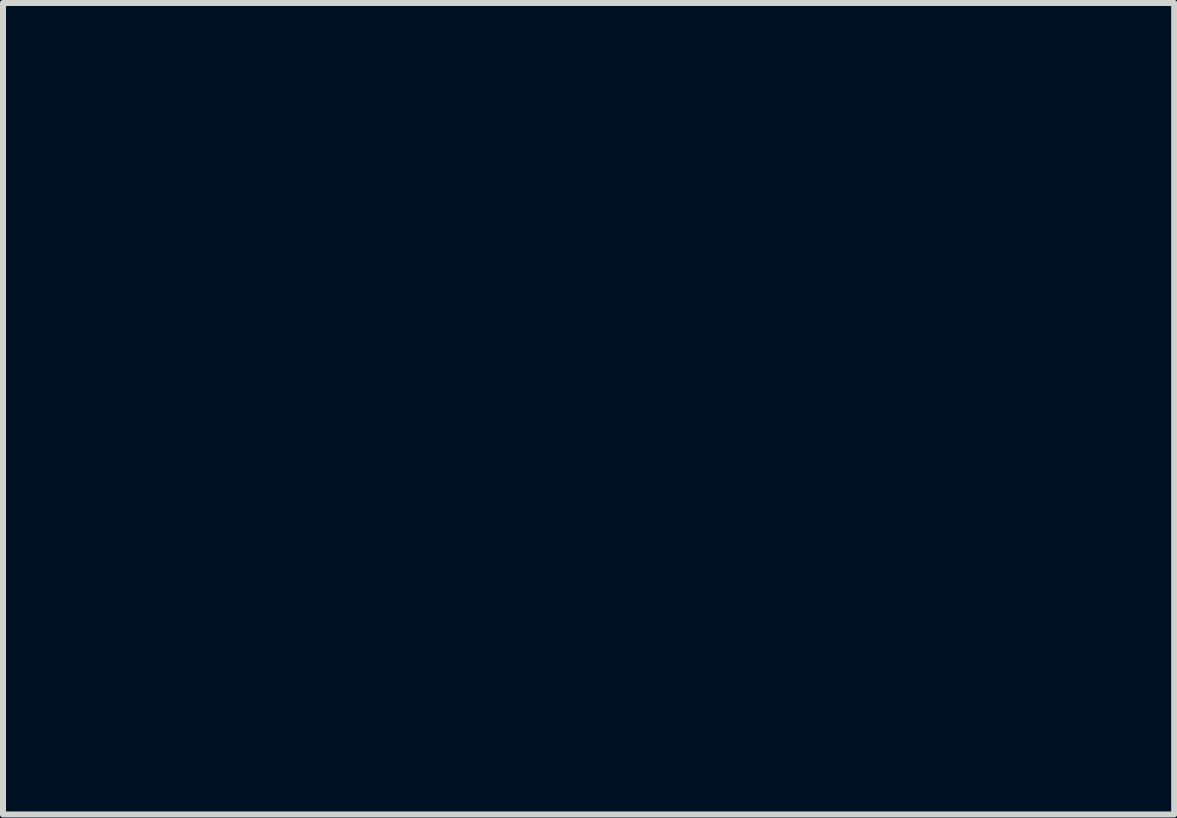
<source format=kicad_pcb>
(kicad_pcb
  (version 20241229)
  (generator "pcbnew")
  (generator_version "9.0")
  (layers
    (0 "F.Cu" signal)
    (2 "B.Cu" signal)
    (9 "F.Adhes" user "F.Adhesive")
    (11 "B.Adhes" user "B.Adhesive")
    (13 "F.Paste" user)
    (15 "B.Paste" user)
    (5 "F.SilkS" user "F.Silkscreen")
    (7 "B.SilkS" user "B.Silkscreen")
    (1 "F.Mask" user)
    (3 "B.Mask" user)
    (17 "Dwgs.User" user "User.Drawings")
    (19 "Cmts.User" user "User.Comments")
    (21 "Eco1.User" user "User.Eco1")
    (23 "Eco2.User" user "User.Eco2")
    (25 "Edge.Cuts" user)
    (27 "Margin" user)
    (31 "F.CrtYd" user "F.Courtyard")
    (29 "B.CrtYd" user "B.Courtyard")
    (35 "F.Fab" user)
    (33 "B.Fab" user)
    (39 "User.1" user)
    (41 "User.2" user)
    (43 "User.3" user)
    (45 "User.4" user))
  (footprint "xiaomao"
    (layer "F.Cu")
    (at 5.051 6.101)
    (property "Reference" "xiaomao" (at 0 0 0) (layer "F.Mask") (effects (font (size 1.524 1.524) (thickness 0.3))))
    (attr through_hole)
    (fp_poly (pts (xy 2.925 -5.389) (xy 2.963 -5.337) (xy 2.932 -5.175) (xy 2.852 -4.912) (xy 2.742 -4.603) (xy 2.622 -4.3) (xy 2.512 -4.059) (xy 2.474 -3.989) (xy 2.36 -3.83) (xy 2.267 -3.8) (xy 2.171 -3.854) (xy 2.073 -3.944) (xy 2.077 -4.042) (xy 2.161 -4.182) (xy 2.265 -4.384) (xy 2.382 -4.674) (xy 2.454 -4.888) (xy 2.56 -5.183) (xy 2.664 -5.344) (xy 2.784 -5.403) (xy 2.925 -5.389)) (stroke (width 0.01) (type solid)) (fill yes) (layer "F.Mask"))
    (fp_poly (pts (xy 4.351 -5.342) (xy 4.51 -5.162) (xy 4.688 -4.892) (xy 4.86 -4.564) (xy 4.938 -4.388) (xy 5.013 -4.184) (xy 5.015 -4.081) (xy 4.944 -4.03) (xy 4.939 -4.028) (xy 4.828 -3.994) (xy 4.742 -4.012) (xy 4.656 -4.107) (xy 4.547 -4.307) (xy 4.409 -4.594) (xy 4.246 -4.943) (xy 4.154 -5.17) (xy 4.124 -5.302) (xy 4.152 -5.368) (xy 4.23 -5.397) (xy 4.233 -5.398) (xy 4.351 -5.342)) (stroke (width 0.01) (type solid)) (fill yes) (layer "F.Mask"))
    (fp_poly (pts (xy 3.622 -6.004) (xy 3.667 -5.968) (xy 3.696 -5.877) (xy 3.711 -5.708) (xy 3.716 -5.436) (xy 3.713 -5.038) (xy 3.706 -4.636) (xy 3.683 -3.26) (xy 3.426 -3.234) (xy 3.225 -3.235) (xy 3.108 -3.27) (xy 3.047 -3.415) (xy 3.117 -3.53) (xy 3.217 -3.556) (xy 3.283 -3.565) (xy 3.33 -3.607) (xy 3.359 -3.71) (xy 3.377 -3.897) (xy 3.384 -4.196) (xy 3.387 -4.631) (xy 3.387 -4.784) (xy 3.388 -5.262) (xy 3.394 -5.597) (xy 3.408 -5.814) (xy 3.433 -5.938) (xy 3.475 -5.995) (xy 3.535 -6.011) (xy 3.558 -6.011) (xy 3.622 -6.004)) (stroke (width 0.01) (type solid)) (fill yes) (layer "F.Mask"))
    (fp_poly (pts (xy 8.382 -4.064) (xy 8.38 -3.656) (xy 8.371 -3.389) (xy 8.348 -3.232) (xy 8.308 -3.157) (xy 8.245 -3.134) (xy 8.213 -3.133) (xy 8.075 -3.168) (xy 8.043 -3.217) (xy 7.965 -3.261) (xy 7.755 -3.291) (xy 7.451 -3.302) (xy 7.451 -3.302) (xy 7.147 -3.291) (xy 6.937 -3.261) (xy 6.858 -3.217) (xy 6.858 -3.217) (xy 6.787 -3.149) (xy 6.689 -3.133) (xy 6.615 -3.143) (xy 6.566 -3.195) (xy 6.537 -3.317) (xy 6.524 -3.538) (xy 6.521 -3.768) (xy 6.858 -3.768) (xy 6.893 -3.607) (xy 7.031 -3.557) (xy 7.07 -3.556) (xy 7.231 -3.591) (xy 7.28 -3.729) (xy 7.281 -3.768) (xy 7.535 -3.768) (xy 7.563 -3.616) (xy 7.679 -3.561) (xy 7.789 -3.556) (xy 7.971 -3.579) (xy 8.037 -3.676) (xy 8.043 -3.768) (xy 8.016 -3.919) (xy 7.9 -3.974) (xy 7.789 -3.979) (xy 7.608 -3.957) (xy 7.541 -3.86) (xy 7.535 -3.768) (xy 7.281 -3.768) (xy 7.246 -3.929) (xy 7.109 -3.978) (xy 7.07 -3.979) (xy 6.909 -3.944) (xy 6.859 -3.807) (xy 6.858 -3.768) (xy 6.521 -3.768) (xy 6.52 -3.888) (xy 6.519 -4.064) (xy 6.519 -4.487) (xy 6.858 -4.487) (xy 6.881 -4.306) (xy 6.978 -4.239) (xy 7.07 -4.233) (xy 7.221 -4.261) (xy 7.276 -4.377) (xy 7.281 -4.487) (xy 7.535 -4.487) (xy 7.556 -4.307) (xy 7.655 -4.241) (xy 7.789 -4.233) (xy 7.969 -4.254) (xy 8.036 -4.353) (xy 8.043 -4.487) (xy 8.022 -4.667) (xy 7.923 -4.734) (xy 7.789 -4.741) (xy 7.609 -4.72) (xy 7.543 -4.621) (xy 7.535 -4.487) (xy 7.281 -4.487) (xy 7.259 -4.669) (xy 7.162 -4.735) (xy 7.07 -4.741) (xy 6.918 -4.714) (xy 6.863 -4.598) (xy 6.858 -4.487) (xy 6.519 -4.487) (xy 6.519 -4.995) (xy 8.382 -4.995) (xy 8.382 -4.064)) (stroke (width 0.01) (type solid)) (fill yes) (layer "F.Mask"))
    (fp_poly (pts (xy 7.922 -6.046) (xy 7.959 -5.884) (xy 7.985 -5.734) (xy 8.099 -5.678) (xy 8.219 -5.673) (xy 8.402 -5.651) (xy 8.456 -5.569) (xy 8.451 -5.524) (xy 8.353 -5.399) (xy 8.212 -5.347) (xy 8.024 -5.28) (xy 7.933 -5.199) (xy 7.817 -5.097) (xy 7.689 -5.095) (xy 7.621 -5.192) (xy 7.62 -5.207) (xy 7.547 -5.309) (xy 7.417 -5.334) (xy 7.242 -5.287) (xy 7.166 -5.207) (xy 7.053 -5.094) (xy 6.988 -5.08) (xy 6.874 -5.147) (xy 6.858 -5.207) (xy 6.785 -5.309) (xy 6.651 -5.334) (xy 6.456 -5.39) (xy 6.357 -5.482) (xy 6.312 -5.552) (xy 6.281 -5.568) (xy 6.262 -5.509) (xy 6.253 -5.353) (xy 6.253 -5.081) (xy 6.259 -4.67) (xy 6.263 -4.422) (xy 6.266 -3.905) (xy 6.249 -3.544) (xy 6.212 -3.326) (xy 6.179 -3.258) (xy 6.036 -3.167) (xy 5.846 -3.134) (xy 5.676 -3.157) (xy 5.59 -3.237) (xy 5.588 -3.254) (xy 5.66 -3.359) (xy 5.779 -3.402) (xy 5.892 -3.439) (xy 5.954 -3.539) (xy 5.986 -3.745) (xy 5.995 -3.88) (xy 6.021 -4.331) (xy 5.768 -4.049) (xy 5.608 -3.884) (xy 5.519 -3.838) (xy 5.466 -3.896) (xy 5.459 -3.913) (xy 5.479 -4.084) (xy 5.638 -4.342) (xy 5.708 -4.431) (xy 5.892 -4.692) (xy 5.968 -4.884) (xy 5.963 -4.939) (xy 5.91 -5.025) (xy 5.82 -5.009) (xy 5.708 -4.941) (xy 5.559 -4.856) (xy 5.486 -4.876) (xy 5.449 -4.955) (xy 5.465 -5.12) (xy 5.596 -5.255) (xy 5.726 -5.364) (xy 5.752 -5.459) (xy 5.682 -5.608) (xy 5.642 -5.675) (xy 5.55 -5.893) (xy 5.558 -6.024) (xy 5.645 -6.044) (xy 5.791 -5.928) (xy 5.821 -5.891) (xy 5.942 -5.749) (xy 6.015 -5.731) (xy 6.096 -5.831) (xy 6.107 -5.848) (xy 6.256 -5.974) (xy 6.373 -5.965) (xy 6.473 -5.892) (xy 6.426 -5.79) (xy 6.388 -5.709) (xy 6.477 -5.676) (xy 6.594 -5.673) (xy 6.78 -5.693) (xy 6.85 -5.783) (xy 6.858 -5.884) (xy 6.898 -6.05) (xy 7.027 -6.096) (xy 7.16 -6.046) (xy 7.197 -5.884) (xy 7.232 -5.723) (xy 7.369 -5.674) (xy 7.408 -5.673) (xy 7.569 -5.708) (xy 7.619 -5.845) (xy 7.62 -5.884) (xy 7.66 -6.05) (xy 7.789 -6.096) (xy 7.922 -6.046)) (stroke (width 0.01) (type solid)) (fill yes) (layer "F.Mask")))
  (gr_rect
    (start -3 -3)
    (end 16.512 10.519)
    (stroke (width 0.1) (type default))
    (fill no)
    (layer "Edge.Cuts")))
</source>
